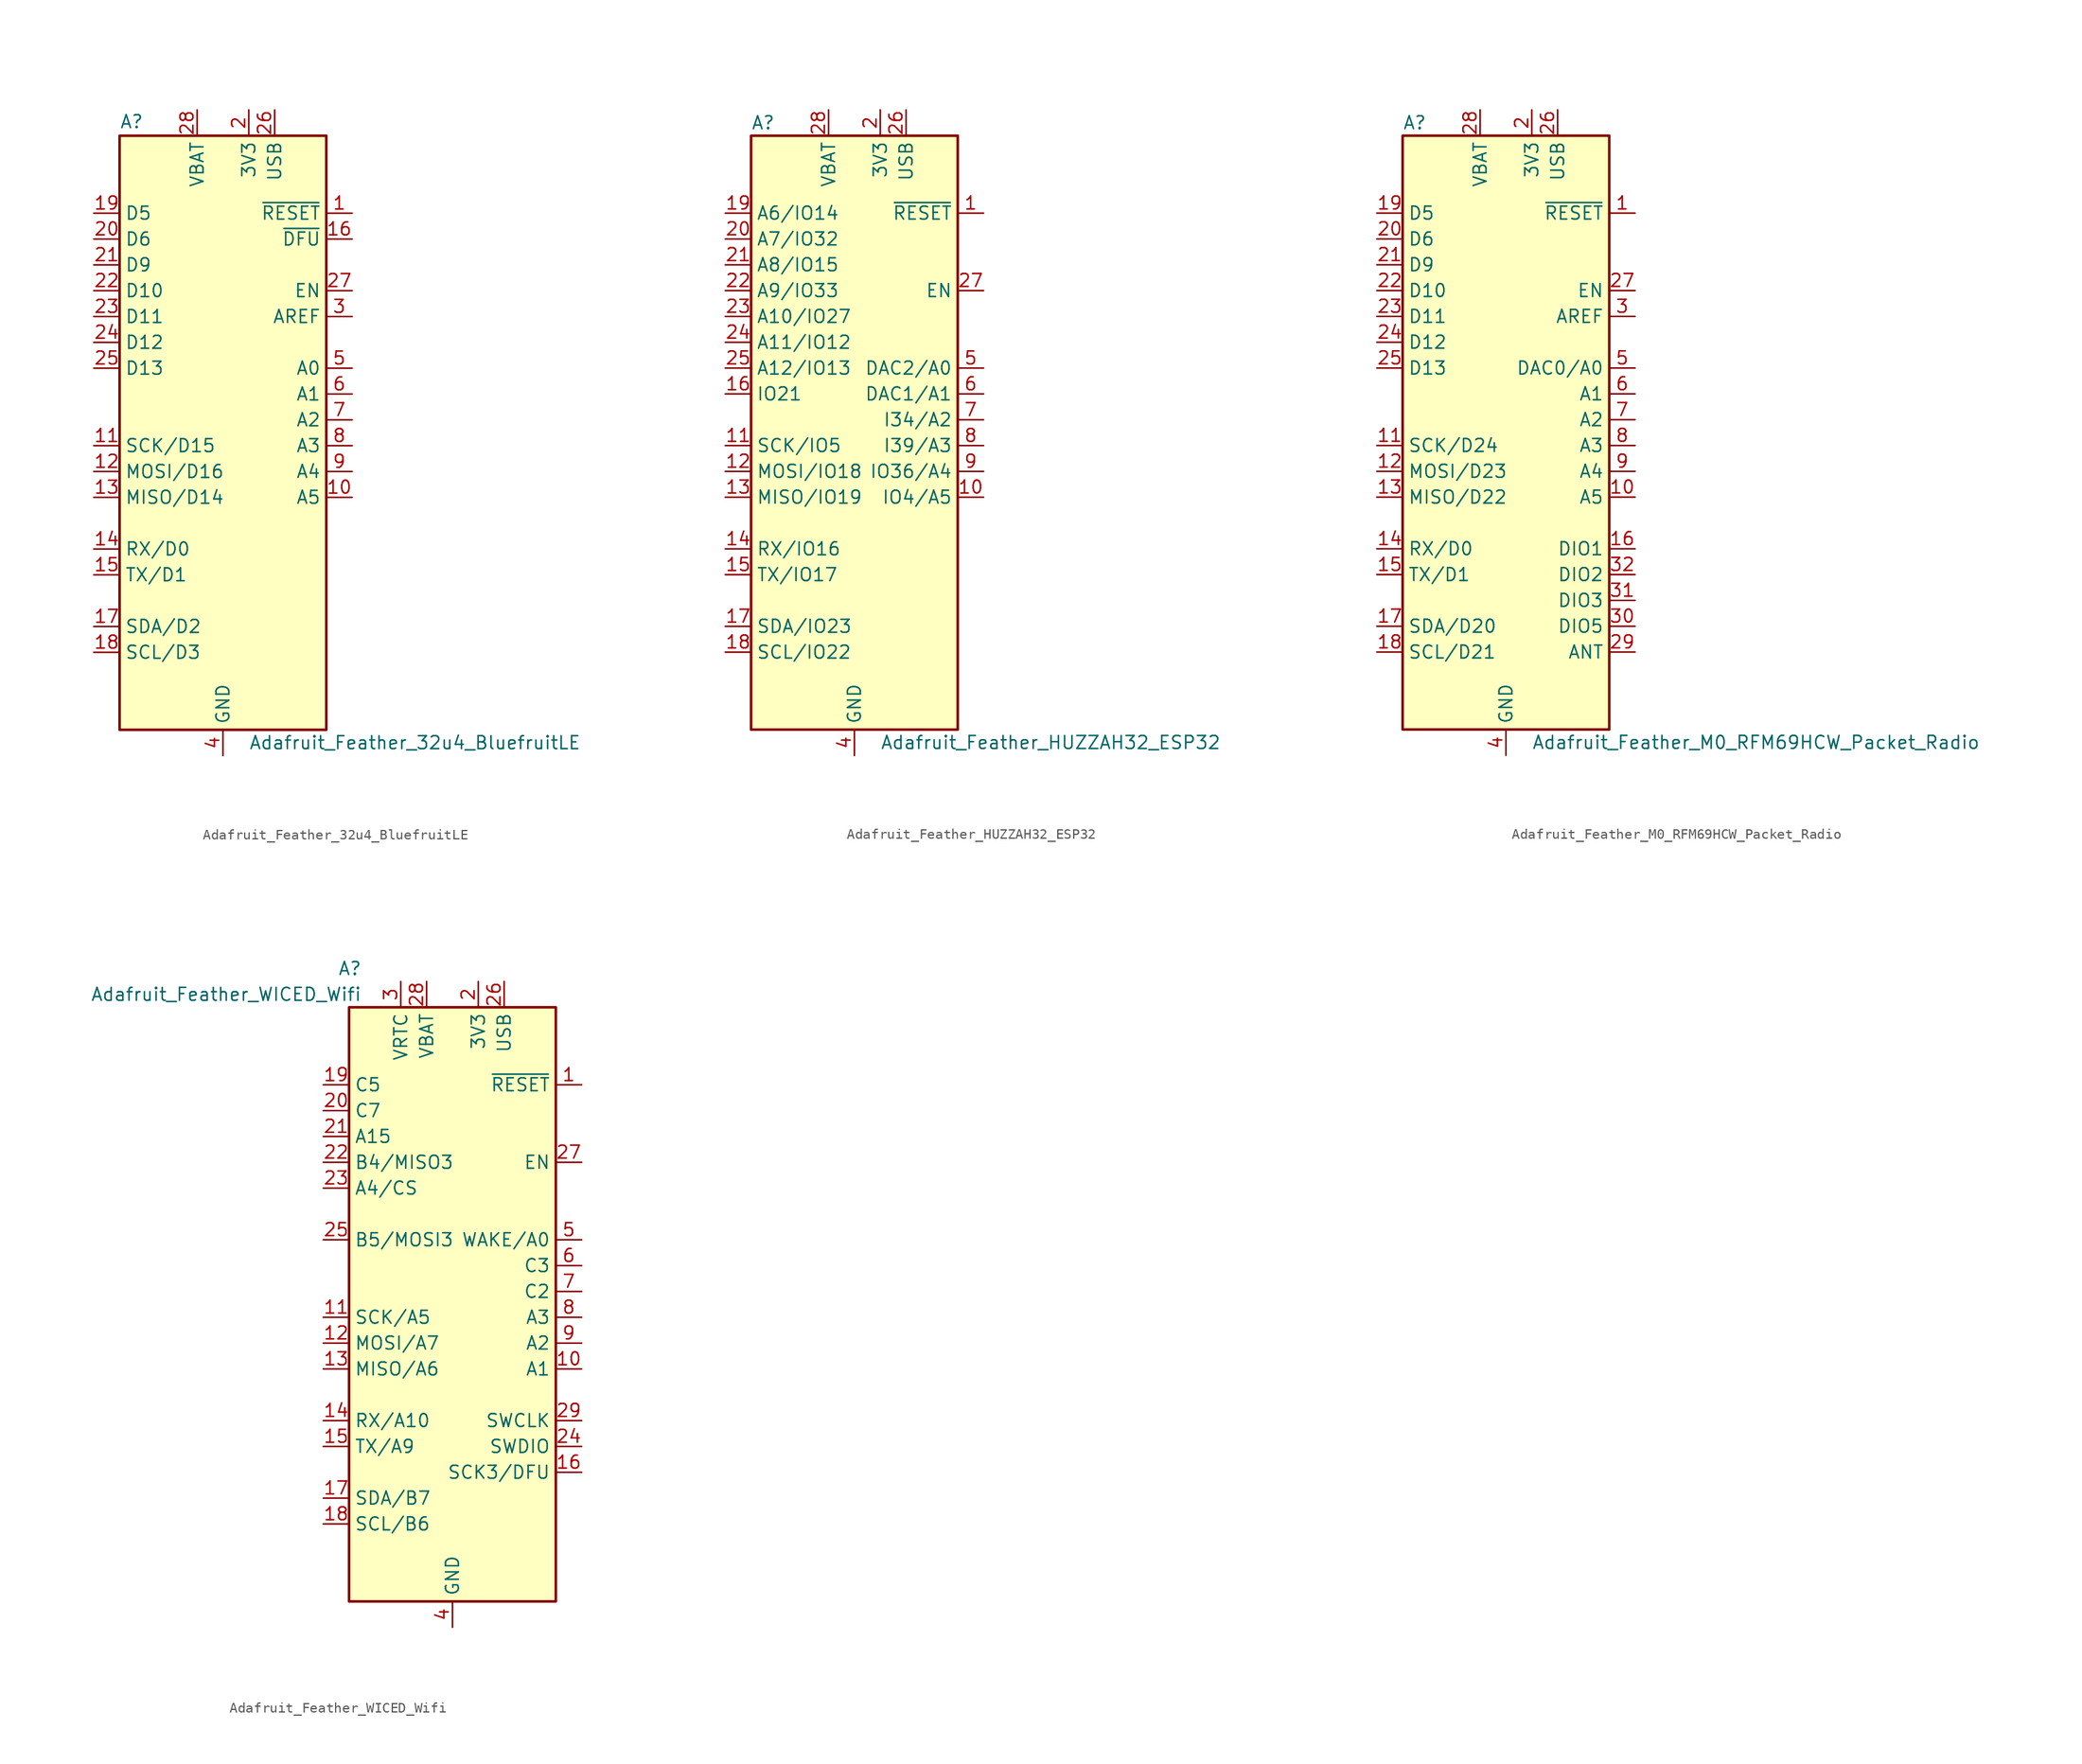
<source format=kicad_sym>
(kicad_symbol_lib
  (version 20241209)
  (generator "kicad_symbol_editor")
  (generator_version "9.0")
  (symbol "Adafruit_Feather_32u4_BluefruitLE"
    (property "Reference" "A"
      (at -10.16 28.575 0)
      (effects (font (size 1.27 1.27)) (justify left bottom)))
    (property "Value" "Adafruit_Feather_32u4_BluefruitLE"
      (at 2.54 -31.75 0)
      (effects (font (size 1.27 1.27)) (justify left)))
    (symbol "Adafruit_Feather_32u4_BluefruitLE_0_1"
      (rectangle (start -10.16 27.94) (end 10.16 -30.48) (stroke (width 0.254) (type default)) (fill (type background))))
    (symbol "Adafruit_Feather_32u4_BluefruitLE_1_1"
      (pin bidirectional line (at -12.7 20.32 0) (length 2.54) (name "D5" (effects (font (size 1.27 1.27)))) (number "19" (effects (font (size 1.27 1.27)))))
      (pin bidirectional line (at -12.7 17.78 0) (length 2.54) (name "D6" (effects (font (size 1.27 1.27)))) (number "20" (effects (font (size 1.27 1.27)))))
      (pin bidirectional line (at -12.7 15.24 0) (length 2.54) (name "D9" (effects (font (size 1.27 1.27)))) (number "21" (effects (font (size 1.27 1.27)))))
      (pin bidirectional line (at -12.7 12.7 0) (length 2.54) (name "D10" (effects (font (size 1.27 1.27)))) (number "22" (effects (font (size 1.27 1.27)))))
      (pin bidirectional line (at -12.7 10.16 0) (length 2.54) (name "D11" (effects (font (size 1.27 1.27)))) (number "23" (effects (font (size 1.27 1.27)))))
      (pin bidirectional line (at -12.7 7.62 0) (length 2.54) (name "D12" (effects (font (size 1.27 1.27)))) (number "24" (effects (font (size 1.27 1.27)))))
      (pin bidirectional line (at -12.7 5.08 0) (length 2.54) (name "D13" (effects (font (size 1.27 1.27)))) (number "25" (effects (font (size 1.27 1.27)))))
      (pin bidirectional line (at -12.7 -2.54 0) (length 2.54) (name "SCK/D15" (effects (font (size 1.27 1.27)))) (number "11" (effects (font (size 1.27 1.27)))))
      (pin bidirectional line (at -12.7 -5.08 0) (length 2.54) (name "MOSI/D16" (effects (font (size 1.27 1.27)))) (number "12" (effects (font (size 1.27 1.27)))))
      (pin bidirectional line (at -12.7 -7.62 0) (length 2.54) (name "MISO/D14" (effects (font (size 1.27 1.27)))) (number "13" (effects (font (size 1.27 1.27)))))
      (pin bidirectional line (at -12.7 -12.7 0) (length 2.54) (name "RX/D0" (effects (font (size 1.27 1.27)))) (number "14" (effects (font (size 1.27 1.27)))))
      (pin bidirectional line (at -12.7 -15.24 0) (length 2.54) (name "TX/D1" (effects (font (size 1.27 1.27)))) (number "15" (effects (font (size 1.27 1.27)))))
      (pin bidirectional line (at -12.7 -20.32 0) (length 2.54) (name "SDA/D2" (effects (font (size 1.27 1.27)))) (number "17" (effects (font (size 1.27 1.27)))))
      (pin bidirectional line (at -12.7 -22.86 0) (length 2.54) (name "SCL/D3" (effects (font (size 1.27 1.27)))) (number "18" (effects (font (size 1.27 1.27)))))
      (pin power_in line (at -2.54 30.48 270) (length 2.54) (name "VBAT" (effects (font (size 1.27 1.27)))) (number "28" (effects (font (size 1.27 1.27)))))
      (pin power_in line (at 0 -33.02 90) (length 2.54) (name "GND" (effects (font (size 1.27 1.27)))) (number "4" (effects (font (size 1.27 1.27)))))
      (pin power_in line (at 2.54 30.48 270) (length 2.54) (name "3V3" (effects (font (size 1.27 1.27)))) (number "2" (effects (font (size 1.27 1.27)))))
      (pin power_in line (at 5.08 30.48 270) (length 2.54) (name "USB" (effects (font (size 1.27 1.27)))) (number "26" (effects (font (size 1.27 1.27)))))
      (pin input line (at 12.7 20.32 180) (length 2.54) (name "~{RESET}" (effects (font (size 1.27 1.27)))) (number "1" (effects (font (size 1.27 1.27)))))
      (pin input line (at 12.7 17.78 180) (length 2.54) (name "~{DFU}" (effects (font (size 1.27 1.27)))) (number "16" (effects (font (size 1.27 1.27)))))
      (pin input line (at 12.7 12.7 180) (length 2.54) (name "EN" (effects (font (size 1.27 1.27)))) (number "27" (effects (font (size 1.27 1.27)))))
      (pin input line (at 12.7 10.16 180) (length 2.54) (name "AREF" (effects (font (size 1.27 1.27)))) (number "3" (effects (font (size 1.27 1.27)))))
      (pin bidirectional line (at 12.7 5.08 180) (length 2.54) (name "A0" (effects (font (size 1.27 1.27)))) (number "5" (effects (font (size 1.27 1.27)))))
      (pin bidirectional line (at 12.7 2.54 180) (length 2.54) (name "A1" (effects (font (size 1.27 1.27)))) (number "6" (effects (font (size 1.27 1.27)))))
      (pin bidirectional line (at 12.7 0 180) (length 2.54) (name "A2" (effects (font (size 1.27 1.27)))) (number "7" (effects (font (size 1.27 1.27)))))
      (pin bidirectional line (at 12.7 -2.54 180) (length 2.54) (name "A3" (effects (font (size 1.27 1.27)))) (number "8" (effects (font (size 1.27 1.27)))))
      (pin bidirectional line (at 12.7 -5.08 180) (length 2.54) (name "A4" (effects (font (size 1.27 1.27)))) (number "9" (effects (font (size 1.27 1.27)))))
      (pin bidirectional line (at 12.7 -7.62 180) (length 2.54) (name "A5" (effects (font (size 1.27 1.27)))) (number "10" (effects (font (size 1.27 1.27)))))))
  (symbol "Adafruit_Feather_HUZZAH32_ESP32"
    (property "Reference" "A"
      (at -10.16 29.21 0)
      (effects (font (size 1.27 1.27)) (justify left)))
    (property "Value" "Adafruit_Feather_HUZZAH32_ESP32"
      (at 2.54 -31.75 0)
      (effects (font (size 1.27 1.27)) (justify left)))
    (symbol "Adafruit_Feather_HUZZAH32_ESP32_0_1"
      (rectangle (start -10.16 27.94) (end 10.16 -30.48) (stroke (width 0.254) (type default)) (fill (type background))))
    (symbol "Adafruit_Feather_HUZZAH32_ESP32_1_1"
      (pin bidirectional line (at -12.7 20.32 0) (length 2.54) (name "A6/IO14" (effects (font (size 1.27 1.27)))) (number "19" (effects (font (size 1.27 1.27)))))
      (pin bidirectional line (at -12.7 17.78 0) (length 2.54) (name "A7/IO32" (effects (font (size 1.27 1.27)))) (number "20" (effects (font (size 1.27 1.27)))))
      (pin bidirectional line (at -12.7 15.24 0) (length 2.54) (name "A8/IO15" (effects (font (size 1.27 1.27)))) (number "21" (effects (font (size 1.27 1.27)))))
      (pin bidirectional line (at -12.7 12.7 0) (length 2.54) (name "A9/IO33" (effects (font (size 1.27 1.27)))) (number "22" (effects (font (size 1.27 1.27)))))
      (pin bidirectional line (at -12.7 10.16 0) (length 2.54) (name "A10/IO27" (effects (font (size 1.27 1.27)))) (number "23" (effects (font (size 1.27 1.27)))))
      (pin bidirectional line (at -12.7 7.62 0) (length 2.54) (name "A11/IO12" (effects (font (size 1.27 1.27)))) (number "24" (effects (font (size 1.27 1.27)))))
      (pin bidirectional line (at -12.7 5.08 0) (length 2.54) (name "A12/IO13" (effects (font (size 1.27 1.27)))) (number "25" (effects (font (size 1.27 1.27)))))
      (pin bidirectional line (at -12.7 2.54 0) (length 2.54) (name "IO21" (effects (font (size 1.27 1.27)))) (number "16" (effects (font (size 1.27 1.27)))))
      (pin bidirectional line (at -12.7 -2.54 0) (length 2.54) (name "SCK/IO5" (effects (font (size 1.27 1.27)))) (number "11" (effects (font (size 1.27 1.27)))))
      (pin bidirectional line (at -12.7 -5.08 0) (length 2.54) (name "MOSI/IO18" (effects (font (size 1.27 1.27)))) (number "12" (effects (font (size 1.27 1.27)))))
      (pin bidirectional line (at -12.7 -7.62 0) (length 2.54) (name "MISO/IO19" (effects (font (size 1.27 1.27)))) (number "13" (effects (font (size 1.27 1.27)))))
      (pin bidirectional line (at -12.7 -12.7 0) (length 2.54) (name "RX/IO16" (effects (font (size 1.27 1.27)))) (number "14" (effects (font (size 1.27 1.27)))))
      (pin bidirectional line (at -12.7 -15.24 0) (length 2.54) (name "TX/IO17" (effects (font (size 1.27 1.27)))) (number "15" (effects (font (size 1.27 1.27)))))
      (pin bidirectional line (at -12.7 -20.32 0) (length 2.54) (name "SDA/IO23" (effects (font (size 1.27 1.27)))) (number "17" (effects (font (size 1.27 1.27)))))
      (pin bidirectional line (at -12.7 -22.86 0) (length 2.54) (name "SCL/IO22" (effects (font (size 1.27 1.27)))) (number "18" (effects (font (size 1.27 1.27)))))
      (pin power_in line (at -2.54 30.48 270) (length 2.54) (name "VBAT" (effects (font (size 1.27 1.27)))) (number "28" (effects (font (size 1.27 1.27)))))
      (pin power_in line (at 0 -33.02 90) (length 2.54) (name "GND" (effects (font (size 1.27 1.27)))) (number "4" (effects (font (size 1.27 1.27)))))
      (pin power_in line (at 2.54 30.48 270) (length 2.54) (name "3V3" (effects (font (size 1.27 1.27)))) (number "2" (effects (font (size 1.27 1.27)))))
      (pin power_in line (at 5.08 30.48 270) (length 2.54) (name "USB" (effects (font (size 1.27 1.27)))) (number "26" (effects (font (size 1.27 1.27)))))
      (pin no_connect line (at 10.16 10.16 180) (length 2.54) (hide yes) (name "NC" (effects (font (size 1.27 1.27)))) (number "3" (effects (font (size 1.27 1.27)))))
      (pin input line (at 12.7 20.32 180) (length 2.54) (name "~{RESET}" (effects (font (size 1.27 1.27)))) (number "1" (effects (font (size 1.27 1.27)))))
      (pin input line (at 12.7 12.7 180) (length 2.54) (name "EN" (effects (font (size 1.27 1.27)))) (number "27" (effects (font (size 1.27 1.27)))))
      (pin bidirectional line (at 12.7 5.08 180) (length 2.54) (name "DAC2/A0" (effects (font (size 1.27 1.27)))) (number "5" (effects (font (size 1.27 1.27)))))
      (pin bidirectional line (at 12.7 2.54 180) (length 2.54) (name "DAC1/A1" (effects (font (size 1.27 1.27)))) (number "6" (effects (font (size 1.27 1.27)))))
      (pin bidirectional line (at 12.7 0 180) (length 2.54) (name "I34/A2" (effects (font (size 1.27 1.27)))) (number "7" (effects (font (size 1.27 1.27)))))
      (pin bidirectional line (at 12.7 -2.54 180) (length 2.54) (name "I39/A3" (effects (font (size 1.27 1.27)))) (number "8" (effects (font (size 1.27 1.27)))))
      (pin bidirectional line (at 12.7 -5.08 180) (length 2.54) (name "IO36/A4" (effects (font (size 1.27 1.27)))) (number "9" (effects (font (size 1.27 1.27)))))
      (pin bidirectional line (at 12.7 -7.62 180) (length 2.54) (name "IO4/A5" (effects (font (size 1.27 1.27)))) (number "10" (effects (font (size 1.27 1.27)))))))
  (symbol "Adafruit_Feather_M0_RFM69HCW_Packet_Radio"
    (property "Reference" "A"
      (at -10.16 29.21 0)
      (effects (font (size 1.27 1.27)) (justify left)))
    (property "Value" "Adafruit_Feather_M0_RFM69HCW_Packet_Radio"
      (at 2.54 -31.75 0)
      (effects (font (size 1.27 1.27)) (justify left)))
    (symbol "Adafruit_Feather_M0_RFM69HCW_Packet_Radio_0_1"
      (rectangle (start -10.16 27.94) (end 10.16 -30.48) (stroke (width 0.254) (type default)) (fill (type background))))
    (symbol "Adafruit_Feather_M0_RFM69HCW_Packet_Radio_1_1"
      (pin bidirectional line (at -12.7 20.32 0) (length 2.54) (name "D5" (effects (font (size 1.27 1.27)))) (number "19" (effects (font (size 1.27 1.27)))))
      (pin bidirectional line (at -12.7 17.78 0) (length 2.54) (name "D6" (effects (font (size 1.27 1.27)))) (number "20" (effects (font (size 1.27 1.27)))))
      (pin bidirectional line (at -12.7 15.24 0) (length 2.54) (name "D9" (effects (font (size 1.27 1.27)))) (number "21" (effects (font (size 1.27 1.27)))))
      (pin bidirectional line (at -12.7 12.7 0) (length 2.54) (name "D10" (effects (font (size 1.27 1.27)))) (number "22" (effects (font (size 1.27 1.27)))))
      (pin bidirectional line (at -12.7 10.16 0) (length 2.54) (name "D11" (effects (font (size 1.27 1.27)))) (number "23" (effects (font (size 1.27 1.27)))))
      (pin bidirectional line (at -12.7 7.62 0) (length 2.54) (name "D12" (effects (font (size 1.27 1.27)))) (number "24" (effects (font (size 1.27 1.27)))))
      (pin bidirectional line (at -12.7 5.08 0) (length 2.54) (name "D13" (effects (font (size 1.27 1.27)))) (number "25" (effects (font (size 1.27 1.27)))))
      (pin bidirectional line (at -12.7 -2.54 0) (length 2.54) (name "SCK/D24" (effects (font (size 1.27 1.27)))) (number "11" (effects (font (size 1.27 1.27)))))
      (pin bidirectional line (at -12.7 -5.08 0) (length 2.54) (name "MOSI/D23" (effects (font (size 1.27 1.27)))) (number "12" (effects (font (size 1.27 1.27)))))
      (pin bidirectional line (at -12.7 -7.62 0) (length 2.54) (name "MISO/D22" (effects (font (size 1.27 1.27)))) (number "13" (effects (font (size 1.27 1.27)))))
      (pin bidirectional line (at -12.7 -12.7 0) (length 2.54) (name "RX/D0" (effects (font (size 1.27 1.27)))) (number "14" (effects (font (size 1.27 1.27)))))
      (pin bidirectional line (at -12.7 -15.24 0) (length 2.54) (name "TX/D1" (effects (font (size 1.27 1.27)))) (number "15" (effects (font (size 1.27 1.27)))))
      (pin bidirectional line (at -12.7 -20.32 0) (length 2.54) (name "SDA/D20" (effects (font (size 1.27 1.27)))) (number "17" (effects (font (size 1.27 1.27)))))
      (pin bidirectional line (at -12.7 -22.86 0) (length 2.54) (name "SCL/D21" (effects (font (size 1.27 1.27)))) (number "18" (effects (font (size 1.27 1.27)))))
      (pin power_in line (at -2.54 30.48 270) (length 2.54) (name "VBAT" (effects (font (size 1.27 1.27)))) (number "28" (effects (font (size 1.27 1.27)))))
      (pin power_in line (at 0 -33.02 90) (length 2.54) (name "GND" (effects (font (size 1.27 1.27)))) (number "4" (effects (font (size 1.27 1.27)))))
      (pin power_in line (at 2.54 30.48 270) (length 2.54) (name "3V3" (effects (font (size 1.27 1.27)))) (number "2" (effects (font (size 1.27 1.27)))))
      (pin power_in line (at 5.08 30.48 270) (length 2.54) (name "USB" (effects (font (size 1.27 1.27)))) (number "26" (effects (font (size 1.27 1.27)))))
      (pin input line (at 12.7 20.32 180) (length 2.54) (name "~{RESET}" (effects (font (size 1.27 1.27)))) (number "1" (effects (font (size 1.27 1.27)))))
      (pin input line (at 12.7 12.7 180) (length 2.54) (name "EN" (effects (font (size 1.27 1.27)))) (number "27" (effects (font (size 1.27 1.27)))))
      (pin input line (at 12.7 10.16 180) (length 2.54) (name "AREF" (effects (font (size 1.27 1.27)))) (number "3" (effects (font (size 1.27 1.27)))))
      (pin bidirectional line (at 12.7 5.08 180) (length 2.54) (name "DAC0/A0" (effects (font (size 1.27 1.27)))) (number "5" (effects (font (size 1.27 1.27)))))
      (pin bidirectional line (at 12.7 2.54 180) (length 2.54) (name "A1" (effects (font (size 1.27 1.27)))) (number "6" (effects (font (size 1.27 1.27)))))
      (pin bidirectional line (at 12.7 0 180) (length 2.54) (name "A2" (effects (font (size 1.27 1.27)))) (number "7" (effects (font (size 1.27 1.27)))))
      (pin bidirectional line (at 12.7 -2.54 180) (length 2.54) (name "A3" (effects (font (size 1.27 1.27)))) (number "8" (effects (font (size 1.27 1.27)))))
      (pin bidirectional line (at 12.7 -5.08 180) (length 2.54) (name "A4" (effects (font (size 1.27 1.27)))) (number "9" (effects (font (size 1.27 1.27)))))
      (pin bidirectional line (at 12.7 -7.62 180) (length 2.54) (name "A5" (effects (font (size 1.27 1.27)))) (number "10" (effects (font (size 1.27 1.27)))))
      (pin bidirectional line (at 12.7 -12.7 180) (length 2.54) (name "DIO1" (effects (font (size 1.27 1.27)))) (number "16" (effects (font (size 1.27 1.27)))))
      (pin bidirectional line (at 12.7 -15.24 180) (length 2.54) (name "DIO2" (effects (font (size 1.27 1.27)))) (number "32" (effects (font (size 1.27 1.27)))))
      (pin bidirectional line (at 12.7 -17.78 180) (length 2.54) (name "DIO3" (effects (font (size 1.27 1.27)))) (number "31" (effects (font (size 1.27 1.27)))))
      (pin bidirectional line (at 12.7 -20.32 180) (length 2.54) (name "DIO5" (effects (font (size 1.27 1.27)))) (number "30" (effects (font (size 1.27 1.27)))))
      (pin bidirectional line (at 12.7 -22.86 180) (length 2.54) (name "ANT" (effects (font (size 1.27 1.27)))) (number "29" (effects (font (size 1.27 1.27)))))))
  (symbol "Adafruit_Feather_WICED_Wifi"
    (property "Reference" "A"
      (at -8.89 31.75 0)
      (effects (font (size 1.27 1.27)) (justify right)))
    (property "Value" "Adafruit_Feather_WICED_Wifi"
      (at -8.89 29.21 0)
      (effects (font (size 1.27 1.27)) (justify right)))
    (symbol "Adafruit_Feather_WICED_Wifi_0_1"
      (rectangle (start -10.16 27.94) (end 10.16 -30.48) (stroke (width 0.254) (type default)) (fill (type background))))
    (symbol "Adafruit_Feather_WICED_Wifi_1_1"
      (pin bidirectional line (at -12.7 20.32 0) (length 2.54) (name "C5" (effects (font (size 1.27 1.27)))) (number "19" (effects (font (size 1.27 1.27)))))
      (pin bidirectional line (at -12.7 17.78 0) (length 2.54) (name "C7" (effects (font (size 1.27 1.27)))) (number "20" (effects (font (size 1.27 1.27)))))
      (pin bidirectional line (at -12.7 15.24 0) (length 2.54) (name "A15" (effects (font (size 1.27 1.27)))) (number "21" (effects (font (size 1.27 1.27)))))
      (pin bidirectional line (at -12.7 12.7 0) (length 2.54) (name "B4/MISO3" (effects (font (size 1.27 1.27)))) (number "22" (effects (font (size 1.27 1.27)))))
      (pin bidirectional line (at -12.7 10.16 0) (length 2.54) (name "A4/CS" (effects (font (size 1.27 1.27)))) (number "23" (effects (font (size 1.27 1.27)))))
      (pin bidirectional line (at -12.7 5.08 0) (length 2.54) (name "B5/MOSI3" (effects (font (size 1.27 1.27)))) (number "25" (effects (font (size 1.27 1.27)))))
      (pin bidirectional line (at -12.7 -2.54 0) (length 2.54) (name "SCK/A5" (effects (font (size 1.27 1.27)))) (number "11" (effects (font (size 1.27 1.27)))))
      (pin bidirectional line (at -12.7 -5.08 0) (length 2.54) (name "MOSI/A7" (effects (font (size 1.27 1.27)))) (number "12" (effects (font (size 1.27 1.27)))))
      (pin bidirectional line (at -12.7 -7.62 0) (length 2.54) (name "MISO/A6" (effects (font (size 1.27 1.27)))) (number "13" (effects (font (size 1.27 1.27)))))
      (pin bidirectional line (at -12.7 -12.7 0) (length 2.54) (name "RX/A10" (effects (font (size 1.27 1.27)))) (number "14" (effects (font (size 1.27 1.27)))))
      (pin bidirectional line (at -12.7 -15.24 0) (length 2.54) (name "TX/A9" (effects (font (size 1.27 1.27)))) (number "15" (effects (font (size 1.27 1.27)))))
      (pin bidirectional line (at -12.7 -20.32 0) (length 2.54) (name "SDA/B7" (effects (font (size 1.27 1.27)))) (number "17" (effects (font (size 1.27 1.27)))))
      (pin bidirectional line (at -12.7 -22.86 0) (length 2.54) (name "SCL/B6" (effects (font (size 1.27 1.27)))) (number "18" (effects (font (size 1.27 1.27)))))
      (pin power_in line (at -5.08 30.48 270) (length 2.54) (name "VRTC" (effects (font (size 1.27 1.27)))) (number "3" (effects (font (size 1.27 1.27)))))
      (pin power_in line (at -2.54 30.48 270) (length 2.54) (name "VBAT" (effects (font (size 1.27 1.27)))) (number "28" (effects (font (size 1.27 1.27)))))
      (pin power_in line (at 0 -33.02 90) (length 2.54) (name "GND" (effects (font (size 1.27 1.27)))) (number "4" (effects (font (size 1.27 1.27)))))
      (pin power_in line (at 2.54 30.48 270) (length 2.54) (name "3V3" (effects (font (size 1.27 1.27)))) (number "2" (effects (font (size 1.27 1.27)))))
      (pin power_in line (at 5.08 30.48 270) (length 2.54) (name "USB" (effects (font (size 1.27 1.27)))) (number "26" (effects (font (size 1.27 1.27)))))
      (pin input line (at 12.7 20.32 180) (length 2.54) (name "~{RESET}" (effects (font (size 1.27 1.27)))) (number "1" (effects (font (size 1.27 1.27)))))
      (pin input line (at 12.7 12.7 180) (length 2.54) (name "EN" (effects (font (size 1.27 1.27)))) (number "27" (effects (font (size 1.27 1.27)))))
      (pin bidirectional line (at 12.7 5.08 180) (length 2.54) (name "WAKE/A0" (effects (font (size 1.27 1.27)))) (number "5" (effects (font (size 1.27 1.27)))))
      (pin bidirectional line (at 12.7 2.54 180) (length 2.54) (name "C3" (effects (font (size 1.27 1.27)))) (number "6" (effects (font (size 1.27 1.27)))))
      (pin bidirectional line (at 12.7 0 180) (length 2.54) (name "C2" (effects (font (size 1.27 1.27)))) (number "7" (effects (font (size 1.27 1.27)))))
      (pin bidirectional line (at 12.7 -2.54 180) (length 2.54) (name "A3" (effects (font (size 1.27 1.27)))) (number "8" (effects (font (size 1.27 1.27)))))
      (pin bidirectional line (at 12.7 -5.08 180) (length 2.54) (name "A2" (effects (font (size 1.27 1.27)))) (number "9" (effects (font (size 1.27 1.27)))))
      (pin bidirectional line (at 12.7 -7.62 180) (length 2.54) (name "A1" (effects (font (size 1.27 1.27)))) (number "10" (effects (font (size 1.27 1.27)))))
      (pin bidirectional line (at 12.7 -12.7 180) (length 2.54) (name "SWCLK" (effects (font (size 1.27 1.27)))) (number "29" (effects (font (size 1.27 1.27)))))
      (pin bidirectional line (at 12.7 -15.24 180) (length 2.54) (name "SWDIO" (effects (font (size 1.27 1.27)))) (number "24" (effects (font (size 1.27 1.27)))))
      (pin bidirectional line (at 12.7 -17.78 180) (length 2.54) (name "SCK3/DFU" (effects (font (size 1.27 1.27)))) (number "16" (effects (font (size 1.27 1.27))))))))
</source>
